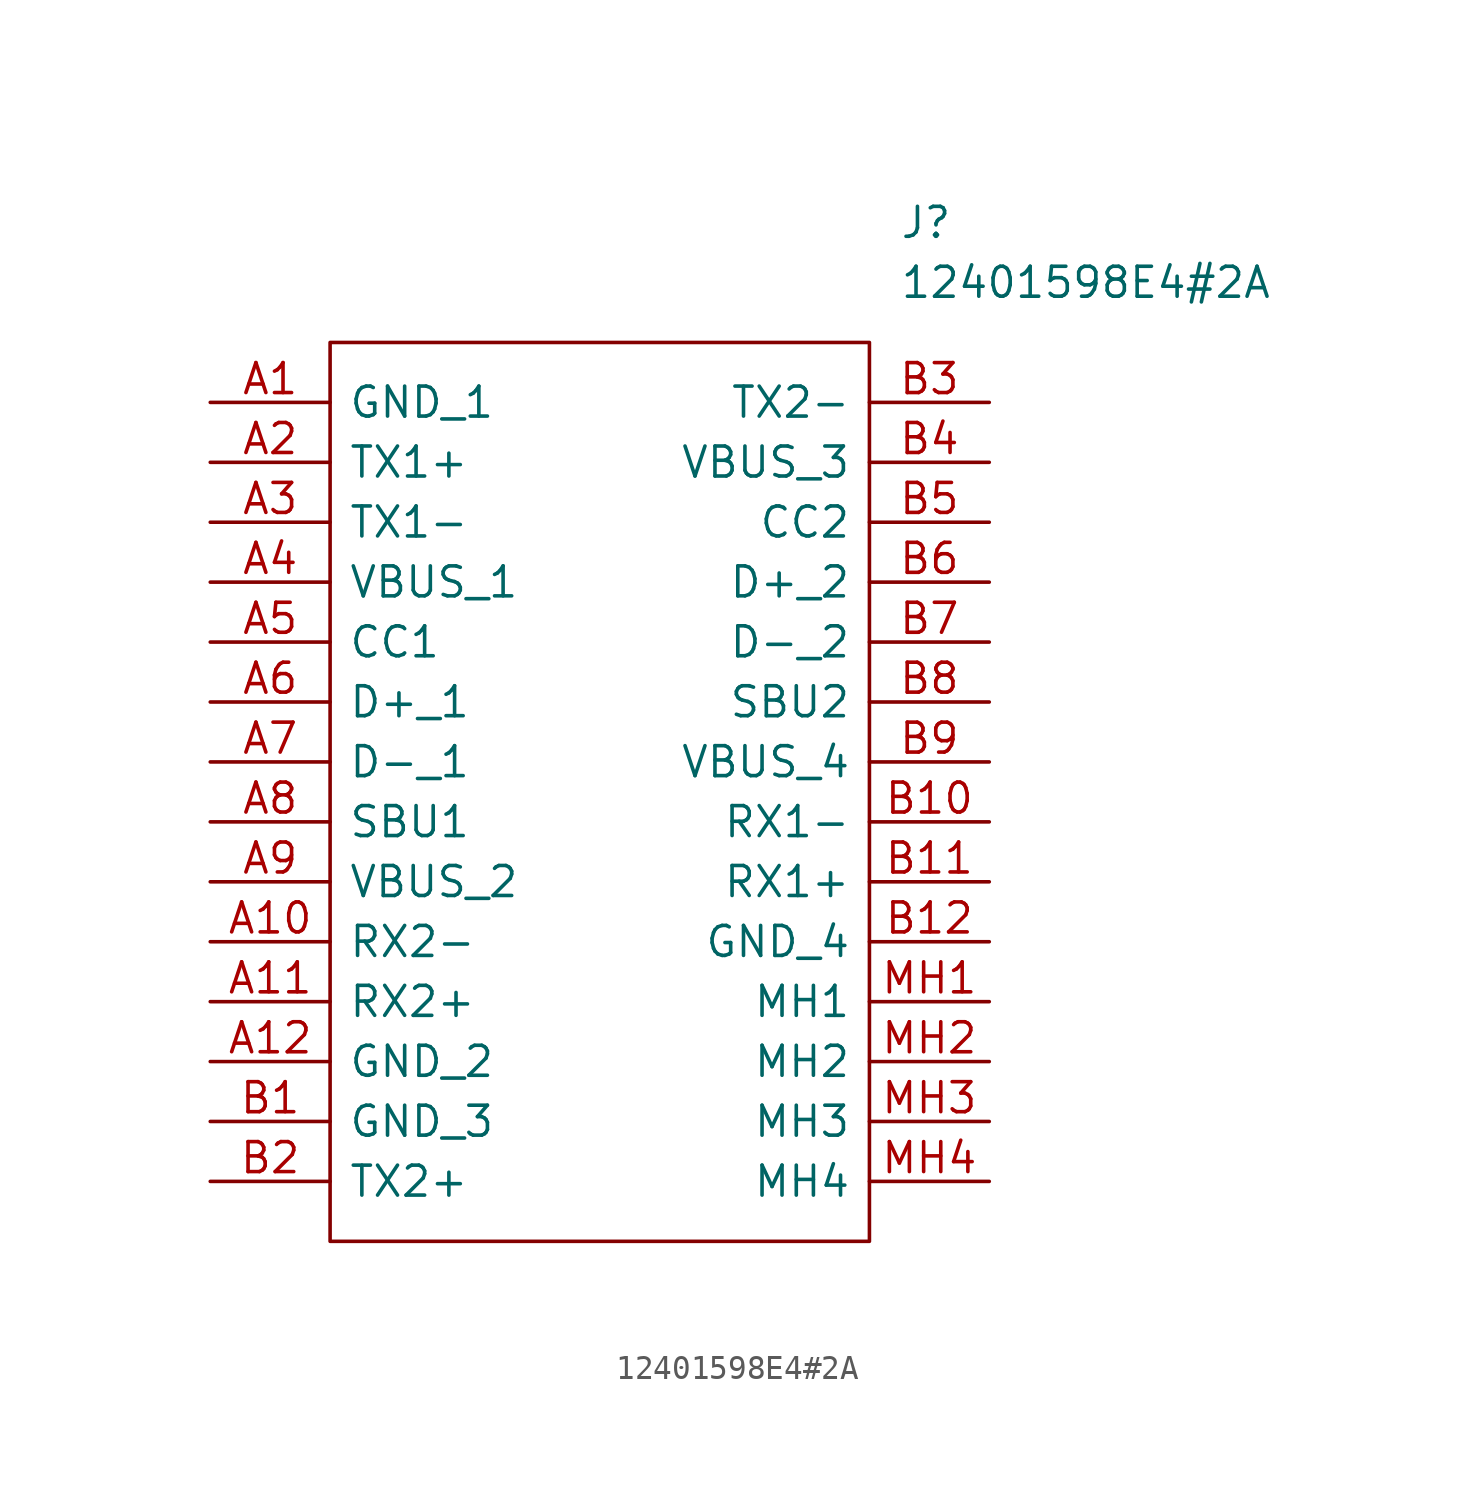
<source format=kicad_sym>
(kicad_symbol_lib
  (version 20211014)
  (generator kicad_symbol_editor)
  (symbol "12401598E4#2A"
    (pin_names
      (offset 0.762))
    (property "Reference" "J"
      (at 29.21 7.62 0)
      (effects (font (size 1.27 1.27)) (justify left)))
    (property "Value" "12401598E4#2A"
      (at 29.21 5.08 0)
      (effects (font (size 1.27 1.27)) (justify left)))
    (symbol "12401598E4#2A_0_0"
      (pin passive line (at 0 0 0) (length 5.08) (name "GND_1" (effects (font (size 1.27 1.27)))) (number "A1" (effects (font (size 1.27 1.27)))))
      (pin passive line (at 0 -22.86 0) (length 5.08) (name "RX2-" (effects (font (size 1.27 1.27)))) (number "A10" (effects (font (size 1.27 1.27)))))
      (pin passive line (at 0 -25.4 0) (length 5.08) (name "RX2+" (effects (font (size 1.27 1.27)))) (number "A11" (effects (font (size 1.27 1.27)))))
      (pin passive line (at 0 -27.94 0) (length 5.08) (name "GND_2" (effects (font (size 1.27 1.27)))) (number "A12" (effects (font (size 1.27 1.27)))))
      (pin passive line (at 0 -2.54 0) (length 5.08) (name "TX1+" (effects (font (size 1.27 1.27)))) (number "A2" (effects (font (size 1.27 1.27)))))
      (pin passive line (at 0 -5.08 0) (length 5.08) (name "TX1-" (effects (font (size 1.27 1.27)))) (number "A3" (effects (font (size 1.27 1.27)))))
      (pin passive line (at 0 -7.62 0) (length 5.08) (name "VBUS_1" (effects (font (size 1.27 1.27)))) (number "A4" (effects (font (size 1.27 1.27)))))
      (pin passive line (at 0 -10.16 0) (length 5.08) (name "CC1" (effects (font (size 1.27 1.27)))) (number "A5" (effects (font (size 1.27 1.27)))))
      (pin passive line (at 0 -12.7 0) (length 5.08) (name "D+_1" (effects (font (size 1.27 1.27)))) (number "A6" (effects (font (size 1.27 1.27)))))
      (pin passive line (at 0 -15.24 0) (length 5.08) (name "D-_1" (effects (font (size 1.27 1.27)))) (number "A7" (effects (font (size 1.27 1.27)))))
      (pin passive line (at 0 -17.78 0) (length 5.08) (name "SBU1" (effects (font (size 1.27 1.27)))) (number "A8" (effects (font (size 1.27 1.27)))))
      (pin passive line (at 0 -20.32 0) (length 5.08) (name "VBUS_2" (effects (font (size 1.27 1.27)))) (number "A9" (effects (font (size 1.27 1.27)))))
      (pin passive line (at 0 -30.48 0) (length 5.08) (name "GND_3" (effects (font (size 1.27 1.27)))) (number "B1" (effects (font (size 1.27 1.27)))))
      (pin passive line (at 33.02 -17.78 180) (length 5.08) (name "RX1-" (effects (font (size 1.27 1.27)))) (number "B10" (effects (font (size 1.27 1.27)))))
      (pin passive line (at 33.02 -20.32 180) (length 5.08) (name "RX1+" (effects (font (size 1.27 1.27)))) (number "B11" (effects (font (size 1.27 1.27)))))
      (pin passive line (at 33.02 -22.86 180) (length 5.08) (name "GND_4" (effects (font (size 1.27 1.27)))) (number "B12" (effects (font (size 1.27 1.27)))))
      (pin passive line (at 0 -33.02 0) (length 5.08) (name "TX2+" (effects (font (size 1.27 1.27)))) (number "B2" (effects (font (size 1.27 1.27)))))
      (pin passive line (at 33.02 0 180) (length 5.08) (name "TX2-" (effects (font (size 1.27 1.27)))) (number "B3" (effects (font (size 1.27 1.27)))))
      (pin passive line (at 33.02 -2.54 180) (length 5.08) (name "VBUS_3" (effects (font (size 1.27 1.27)))) (number "B4" (effects (font (size 1.27 1.27)))))
      (pin passive line (at 33.02 -5.08 180) (length 5.08) (name "CC2" (effects (font (size 1.27 1.27)))) (number "B5" (effects (font (size 1.27 1.27)))))
      (pin passive line (at 33.02 -7.62 180) (length 5.08) (name "D+_2" (effects (font (size 1.27 1.27)))) (number "B6" (effects (font (size 1.27 1.27)))))
      (pin passive line (at 33.02 -10.16 180) (length 5.08) (name "D-_2" (effects (font (size 1.27 1.27)))) (number "B7" (effects (font (size 1.27 1.27)))))
      (pin passive line (at 33.02 -12.7 180) (length 5.08) (name "SBU2" (effects (font (size 1.27 1.27)))) (number "B8" (effects (font (size 1.27 1.27)))))
      (pin passive line (at 33.02 -15.24 180) (length 5.08) (name "VBUS_4" (effects (font (size 1.27 1.27)))) (number "B9" (effects (font (size 1.27 1.27)))))
      (pin passive line (at 33.02 -25.4 180) (length 5.08) (name "MH1" (effects (font (size 1.27 1.27)))) (number "MH1" (effects (font (size 1.27 1.27)))))
      (pin passive line (at 33.02 -27.94 180) (length 5.08) (name "MH2" (effects (font (size 1.27 1.27)))) (number "MH2" (effects (font (size 1.27 1.27)))))
      (pin passive line (at 33.02 -30.48 180) (length 5.08) (name "MH3" (effects (font (size 1.27 1.27)))) (number "MH3" (effects (font (size 1.27 1.27)))))
      (pin passive line (at 33.02 -33.02 180) (length 5.08) (name "MH4" (effects (font (size 1.27 1.27)))) (number "MH4" (effects (font (size 1.27 1.27))))))
    (symbol "12401598E4#2A_0_1"
      (polyline (pts (xy 5.08 2.54) (xy 27.94 2.54) (xy 27.94 -35.56) (xy 5.08 -35.56) (xy 5.08 2.54)) (stroke (width 0.152) (type default) (color 0 0 0 0)) (fill (type none))))))
</source>
